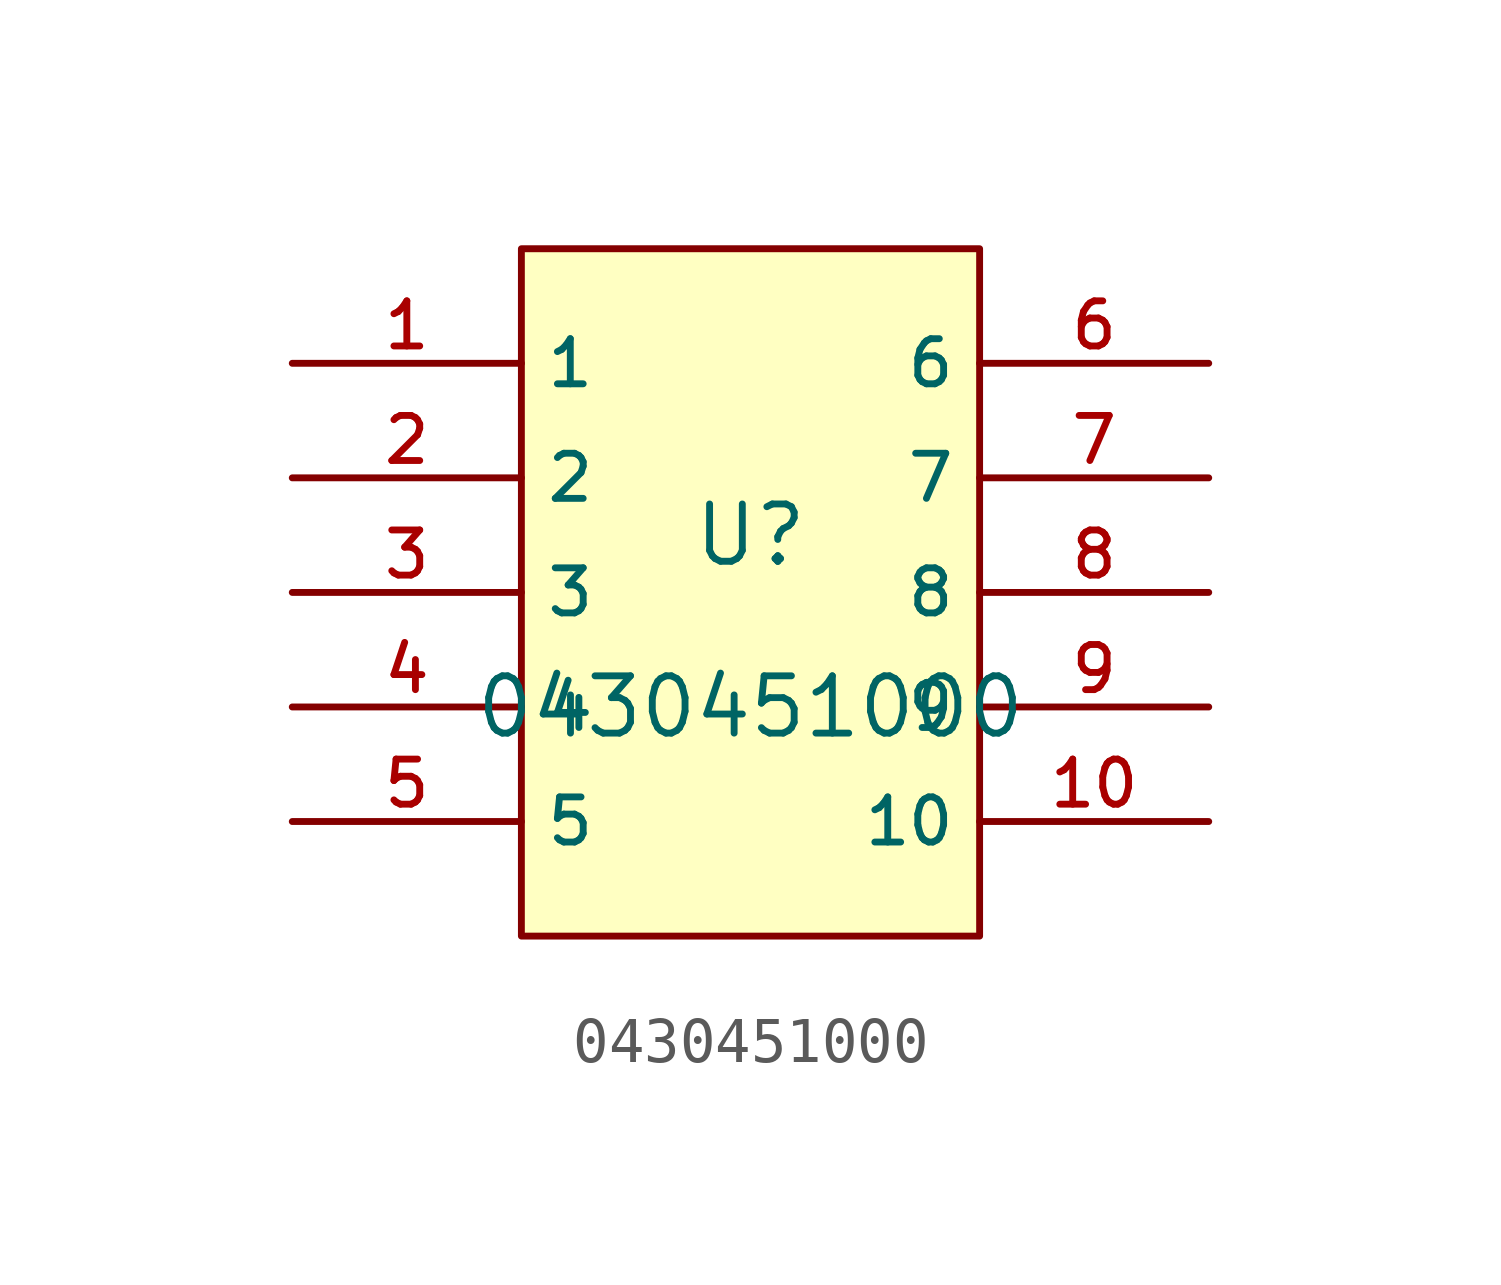
<source format=kicad_sym>
(kicad_symbol_lib
  (version 20210201)
  (generator TousstNicolas/JLC2KiCad_lib)
  (symbol "0430451000"
    (property "Reference" "U"
      (at 0 1.27 0)
      (effects (font (size 1.27 1.27))))
    (property "Value" "0430451000"
      (at 0 -2.54 0)
      (effects (font (size 1.27 1.27))))
    (symbol "0430451000_0_1"
      (rectangle (start -5.08 7.62) (end 5.08 -7.62) (stroke (width 0) (type default) (color 0 0 0 0)) (fill (type background)))
      (pin unspecified line (at -10.16 5.08 0) (length 5.08) (name "1" (effects (font (size 1 1)))) (number "1" (effects (font (size 1 1)))))
      (pin unspecified line (at -10.16 2.54 0) (length 5.08) (name "2" (effects (font (size 1 1)))) (number "2" (effects (font (size 1 1)))))
      (pin unspecified line (at -10.16 -0.0 0) (length 5.08) (name "3" (effects (font (size 1 1)))) (number "3" (effects (font (size 1 1)))))
      (pin unspecified line (at -10.16 -2.54 0) (length 5.08) (name "4" (effects (font (size 1 1)))) (number "4" (effects (font (size 1 1)))))
      (pin unspecified line (at -10.16 -5.08 0) (length 5.08) (name "5" (effects (font (size 1 1)))) (number "5" (effects (font (size 1 1)))))
      (pin unspecified line (at 10.16 5.08 180) (length 5.08) (name "6" (effects (font (size 1 1)))) (number "6" (effects (font (size 1 1)))))
      (pin unspecified line (at 10.16 2.54 180) (length 5.08) (name "7" (effects (font (size 1 1)))) (number "7" (effects (font (size 1 1)))))
      (pin unspecified line (at 10.16 -0.0 180) (length 5.08) (name "8" (effects (font (size 1 1)))) (number "8" (effects (font (size 1 1)))))
      (pin unspecified line (at 10.16 -2.54 180) (length 5.08) (name "9" (effects (font (size 1 1)))) (number "9" (effects (font (size 1 1)))))
      (pin unspecified line (at 10.16 -5.08 180) (length 5.08) (name "10" (effects (font (size 1 1)))) (number "10" (effects (font (size 1 1))))))))
</source>
